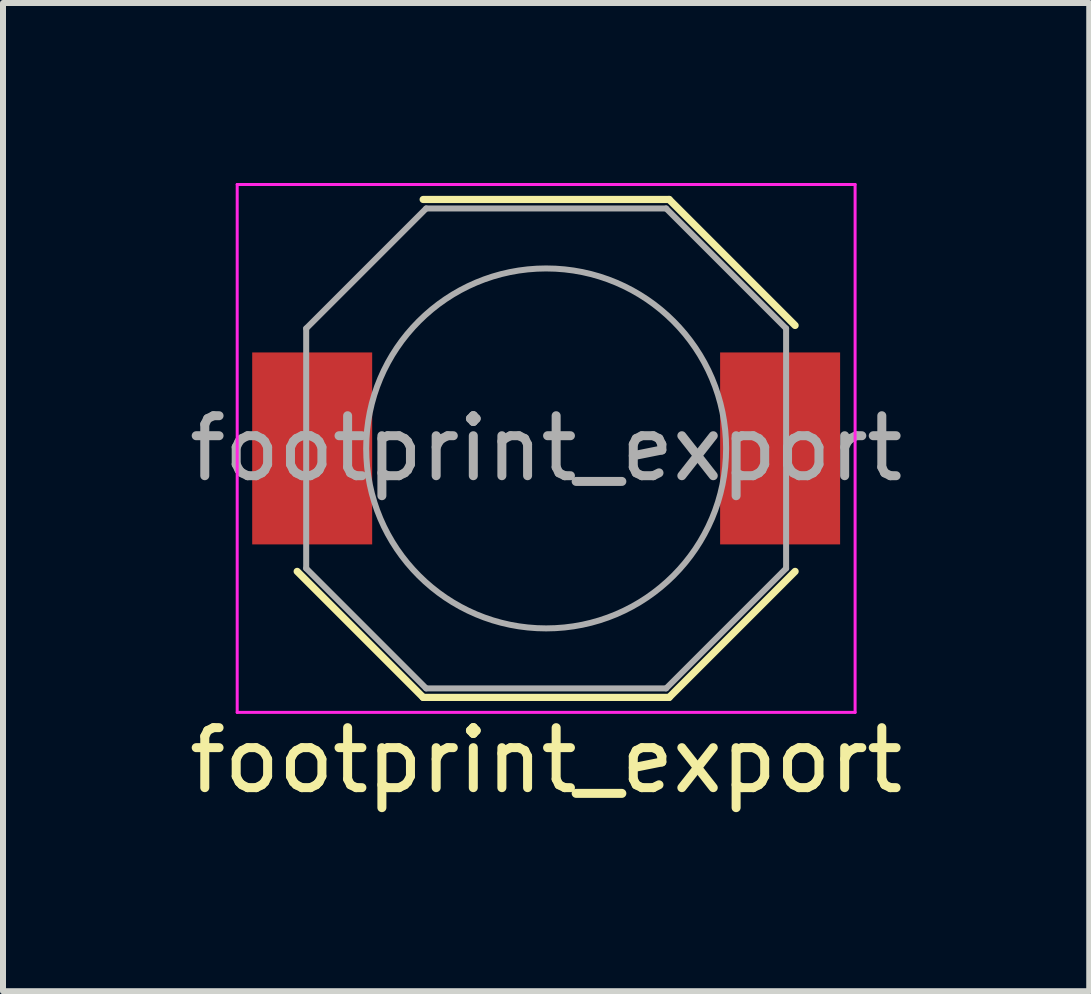
<source format=kicad_pcb>
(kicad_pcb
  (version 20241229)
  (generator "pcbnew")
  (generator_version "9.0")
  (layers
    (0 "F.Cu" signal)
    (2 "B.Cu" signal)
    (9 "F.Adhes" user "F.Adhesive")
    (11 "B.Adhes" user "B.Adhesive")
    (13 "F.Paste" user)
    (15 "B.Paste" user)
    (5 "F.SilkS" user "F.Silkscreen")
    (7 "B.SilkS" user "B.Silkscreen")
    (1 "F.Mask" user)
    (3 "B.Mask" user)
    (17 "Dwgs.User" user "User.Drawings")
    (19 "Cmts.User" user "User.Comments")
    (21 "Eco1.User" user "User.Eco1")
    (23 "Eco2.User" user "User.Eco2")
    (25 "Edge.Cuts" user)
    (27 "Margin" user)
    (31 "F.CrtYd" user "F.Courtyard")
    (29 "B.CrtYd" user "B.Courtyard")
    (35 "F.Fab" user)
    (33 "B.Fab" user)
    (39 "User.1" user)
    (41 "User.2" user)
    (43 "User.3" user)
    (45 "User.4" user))
  (footprint "footprint_export"
    (layer "F.Cu")
    (at 6.054 4.425)
    (property "Reference" "footprint_export" (at 0 5.2 0) (layer "F.SilkS") (effects (font (size 1 1) (thickness 0.15))))
    (attr smd)
    (fp_line (start -2.05 -4.15) (end 2.05 -4.15) (stroke (width 0.12) (type solid)) (layer "F.SilkS"))
    (fp_line (start -2.05 4.15) (end -4.15 2.05) (stroke (width 0.12) (type solid)) (layer "F.SilkS"))
    (fp_line (start 2.05 -4.15) (end 4.15 -2.05) (stroke (width 0.12) (type solid)) (layer "F.SilkS"))
    (fp_line (start 2.05 4.15) (end -2.05 4.15) (stroke (width 0.12) (type solid)) (layer "F.SilkS"))
    (fp_line (start 2.05 4.15) (end 4.15 2.05) (stroke (width 0.12) (type solid)) (layer "F.SilkS"))
    (fp_line (start -5.15 -4.4) (end 5.15 -4.4) (stroke (width 0.05) (type solid)) (layer "F.CrtYd"))
    (fp_line (start -5.15 4.4) (end -5.15 -4.4) (stroke (width 0.05) (type solid)) (layer "F.CrtYd"))
    (fp_line (start 5.15 -4.4) (end 5.15 4.4) (stroke (width 0.05) (type solid)) (layer "F.CrtYd"))
    (fp_line (start 5.15 4.4) (end -5.15 4.4) (stroke (width 0.05) (type solid)) (layer "F.CrtYd"))
    (fp_line (start -4 -2) (end -2 -4) (stroke (width 0.1) (type solid)) (layer "F.Fab"))
    (fp_line (start -4 2) (end -4 -2) (stroke (width 0.1) (type solid)) (layer "F.Fab"))
    (fp_line (start -2 -4) (end 2 -4) (stroke (width 0.1) (type solid)) (layer "F.Fab"))
    (fp_line (start -2 4) (end -4 2) (stroke (width 0.1) (type solid)) (layer "F.Fab"))
    (fp_line (start 2 -4) (end 4 -2) (stroke (width 0.1) (type solid)) (layer "F.Fab"))
    (fp_line (start 2 4) (end -2 4) (stroke (width 0.1) (type solid)) (layer "F.Fab"))
    (fp_line (start 4 -2) (end 4 2) (stroke (width 0.1) (type solid)) (layer "F.Fab"))
    (fp_line (start 4 2) (end 2 4) (stroke (width 0.1) (type solid)) (layer "F.Fab"))
    (fp_circle (center 0 0) (end 0 -3) (stroke (width 0.1) (type solid)) (fill no) (layer "F.Fab"))
    (fp_text user "${REFERENCE}" (at 0 0 0) (layer "F.Fab") (effects (font (size 1 1) (thickness 0.15))))
    (pad "1" smd rect (at -3.9 0) (size 2 3.2) (layers "F.Cu" "F.Mask" "F.Paste"))
    (pad "2" smd rect (at 3.9 0) (size 2 3.2) (layers "F.Cu" "F.Mask" "F.Paste")))
  (gr_rect
    (start -3 -3)
    (end 15.107 13.473)
    (stroke (width 0.1) (type default))
    (fill no)
    (layer "Edge.Cuts")))
</source>
